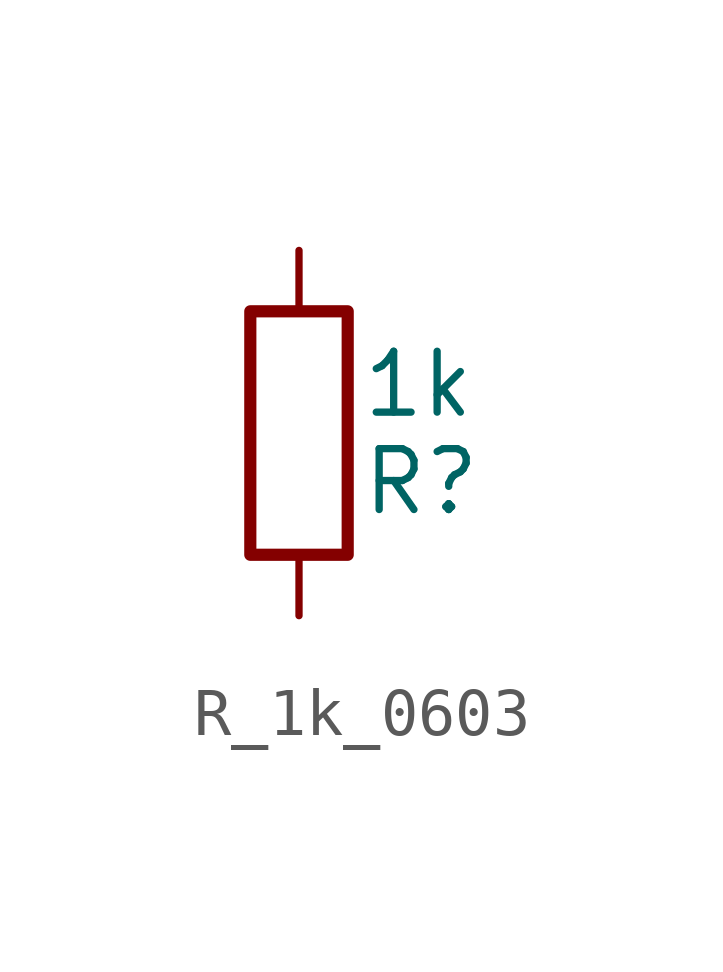
<source format=kicad_sym>
(kicad_symbol_lib
  (version 20241209)
  (generator "kicad_symbol_editor")
  (generator_version "9.0")
  (symbol "R_1k_0603"
    (pin_numbers
      (hide yes))
    (pin_names
      (offset 0))
    (property "Reference" "R"
      (at 1.27 -1.016 0)
      (effects (font (size 1.27 1.27)) (justify left)))
    (property "Value" "1k"
      (at 1.27 1.016 0)
      (effects (font (size 1.27 1.27)) (justify left)))
    (symbol "R_1k_0603_0_1"
      (rectangle (start -1.016 2.54) (end 1.016 -2.54) (stroke (width 0.254) (type default)) (fill (type none))))
    (symbol "R_1k_0603_1_1"
      (pin passive line (at 0 3.81 270) (length 1.27) (name "~" (effects (font (size 1.27 1.27)))) (number "1" (effects (font (size 1.27 1.27)))))
      (pin passive line (at 0 -3.81 90) (length 1.27) (name "~" (effects (font (size 1.27 1.27)))) (number "2" (effects (font (size 1.27 1.27))))))))
</source>
